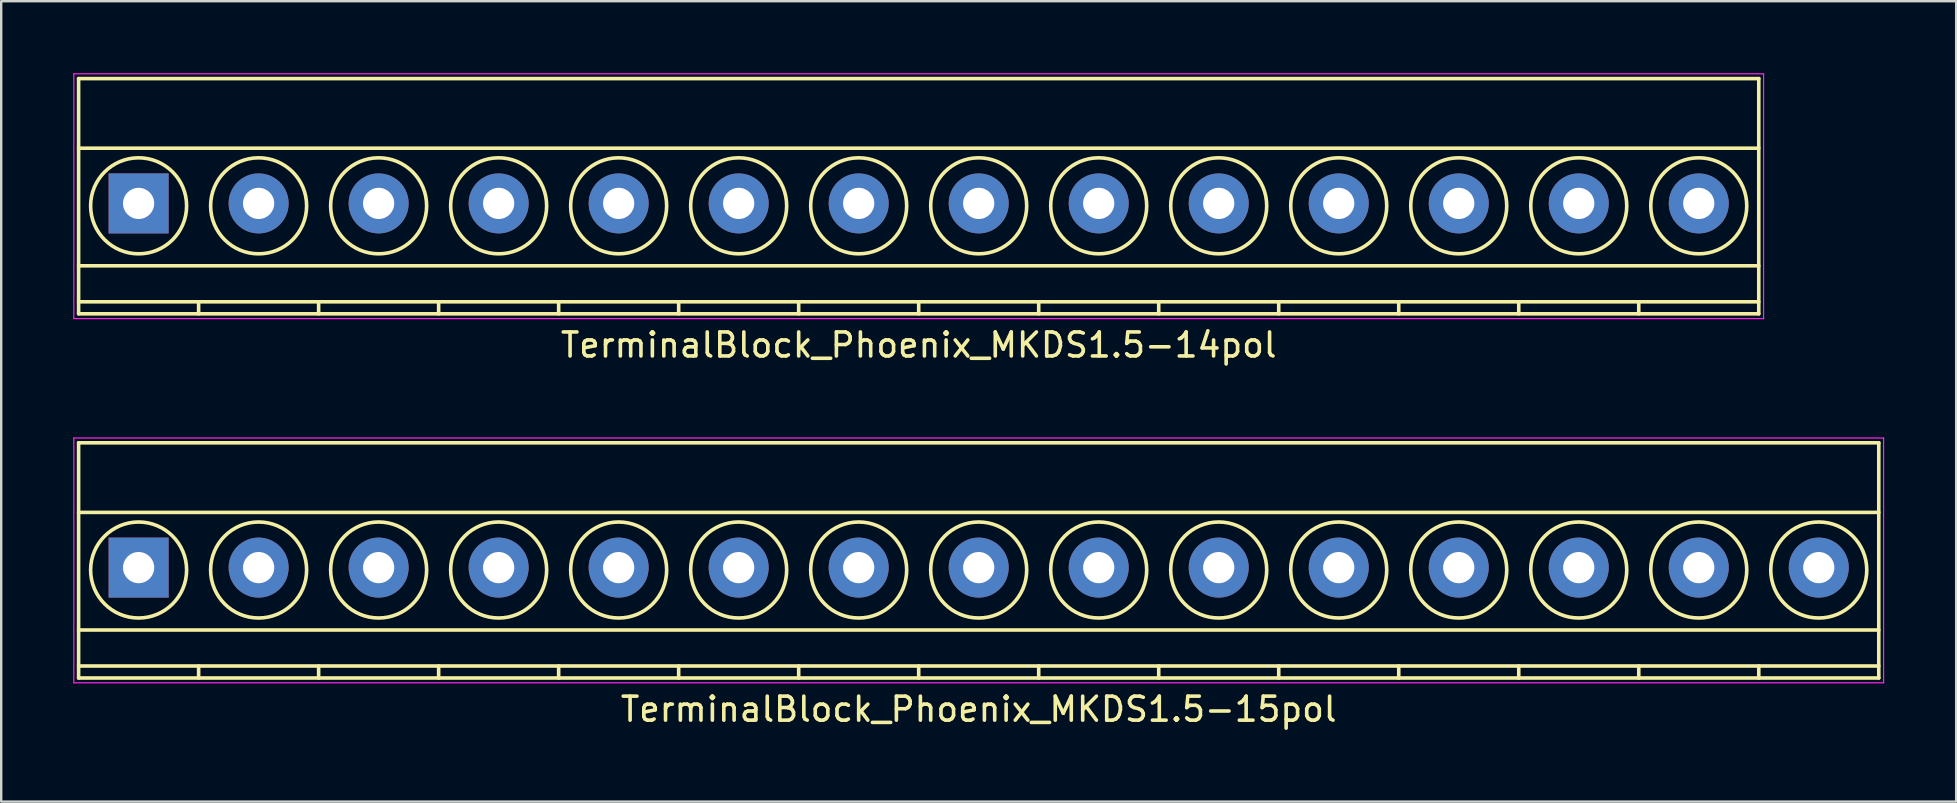
<source format=kicad_pcb>
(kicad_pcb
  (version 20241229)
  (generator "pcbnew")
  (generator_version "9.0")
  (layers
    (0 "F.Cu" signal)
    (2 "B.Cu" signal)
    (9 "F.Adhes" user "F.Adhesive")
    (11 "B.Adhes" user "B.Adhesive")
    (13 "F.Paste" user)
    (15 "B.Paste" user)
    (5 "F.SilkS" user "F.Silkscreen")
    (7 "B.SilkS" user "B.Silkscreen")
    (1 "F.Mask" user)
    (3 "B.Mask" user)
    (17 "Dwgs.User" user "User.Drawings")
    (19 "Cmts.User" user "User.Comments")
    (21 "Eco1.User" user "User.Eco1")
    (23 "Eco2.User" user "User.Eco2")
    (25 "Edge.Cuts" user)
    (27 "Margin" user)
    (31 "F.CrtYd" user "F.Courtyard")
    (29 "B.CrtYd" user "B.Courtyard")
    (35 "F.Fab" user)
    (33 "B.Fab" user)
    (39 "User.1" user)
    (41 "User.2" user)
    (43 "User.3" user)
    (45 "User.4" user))
  (footprint "TerminalBlock_Phoenix_MKDS1.5-14pol"
    (layer "F.Cu")
    (at 2.725 5.425)
    (property "Reference" "TerminalBlock_Phoenix_MKDS1.5-14pol" (at 32.5 5.9 0) (layer "F.SilkS") (effects (font (size 1 1) (thickness 0.15))))
    (attr through_hole)
    (fp_line (start -2.5 -5.2) (end -2.5 4.6) (stroke (width 0.15) (type solid)) (layer "F.SilkS"))
    (fp_line (start -2.5 -2.3) (end 67.5 -2.3) (stroke (width 0.15) (type solid)) (layer "F.SilkS"))
    (fp_line (start -2.5 2.6) (end 67.5 2.6) (stroke (width 0.15) (type solid)) (layer "F.SilkS"))
    (fp_line (start -2.5 4.1) (end 67.5 4.1) (stroke (width 0.15) (type solid)) (layer "F.SilkS"))
    (fp_line (start -2.5 4.6) (end 67.5 4.6) (stroke (width 0.15) (type solid)) (layer "F.SilkS"))
    (fp_line (start 2.5 4.1) (end 2.5 4.6) (stroke (width 0.15) (type solid)) (layer "F.SilkS"))
    (fp_line (start 7.5 4.1) (end 7.5 4.6) (stroke (width 0.15) (type solid)) (layer "F.SilkS"))
    (fp_line (start 12.5 4.1) (end 12.5 4.6) (stroke (width 0.15) (type solid)) (layer "F.SilkS"))
    (fp_line (start 17.5 4.1) (end 17.5 4.6) (stroke (width 0.15) (type solid)) (layer "F.SilkS"))
    (fp_line (start 22.5 4.1) (end 22.5 4.6) (stroke (width 0.15) (type solid)) (layer "F.SilkS"))
    (fp_line (start 27.5 4.1) (end 27.5 4.6) (stroke (width 0.15) (type solid)) (layer "F.SilkS"))
    (fp_line (start 32.5 4.1) (end 32.5 4.6) (stroke (width 0.15) (type solid)) (layer "F.SilkS"))
    (fp_line (start 37.5 4.1) (end 37.5 4.6) (stroke (width 0.15) (type solid)) (layer "F.SilkS"))
    (fp_line (start 42.5 4.1) (end 42.5 4.6) (stroke (width 0.15) (type solid)) (layer "F.SilkS"))
    (fp_line (start 47.5 4.1) (end 47.5 4.6) (stroke (width 0.15) (type solid)) (layer "F.SilkS"))
    (fp_line (start 52.5 4.1) (end 52.5 4.6) (stroke (width 0.15) (type solid)) (layer "F.SilkS"))
    (fp_line (start 57.5 4.1) (end 57.5 4.6) (stroke (width 0.15) (type solid)) (layer "F.SilkS"))
    (fp_line (start 62.5 4.1) (end 62.5 4.6) (stroke (width 0.15) (type solid)) (layer "F.SilkS"))
    (fp_line (start 67.5 -5.2) (end -2.5 -5.2) (stroke (width 0.15) (type solid)) (layer "F.SilkS"))
    (fp_line (start 67.5 4.6) (end 67.5 -5.2) (stroke (width 0.15) (type solid)) (layer "F.SilkS"))
    (fp_circle (center 0 0.1) (end 2 0.1) (stroke (width 0.15) (type solid)) (fill no) (layer "F.SilkS"))
    (fp_circle (center 5 0.1) (end 3 0.1) (stroke (width 0.15) (type solid)) (fill no) (layer "F.SilkS"))
    (fp_circle (center 10 0.1) (end 8 0.1) (stroke (width 0.15) (type solid)) (fill no) (layer "F.SilkS"))
    (fp_circle (center 15 0.1) (end 13 0.1) (stroke (width 0.15) (type solid)) (fill no) (layer "F.SilkS"))
    (fp_circle (center 20 0.1) (end 18 0.1) (stroke (width 0.15) (type solid)) (fill no) (layer "F.SilkS"))
    (fp_circle (center 25 0.1) (end 23 0.1) (stroke (width 0.15) (type solid)) (fill no) (layer "F.SilkS"))
    (fp_circle (center 30 0.1) (end 28 0.1) (stroke (width 0.15) (type solid)) (fill no) (layer "F.SilkS"))
    (fp_circle (center 35 0.1) (end 33 0.1) (stroke (width 0.15) (type solid)) (fill no) (layer "F.SilkS"))
    (fp_circle (center 40 0.1) (end 38 0.1) (stroke (width 0.15) (type solid)) (fill no) (layer "F.SilkS"))
    (fp_circle (center 45 0.1) (end 43 0.1) (stroke (width 0.15) (type solid)) (fill no) (layer "F.SilkS"))
    (fp_circle (center 50 0.1) (end 48 0.1) (stroke (width 0.15) (type solid)) (fill no) (layer "F.SilkS"))
    (fp_circle (center 55 0.1) (end 53 0.1) (stroke (width 0.15) (type solid)) (fill no) (layer "F.SilkS"))
    (fp_circle (center 60 0.1) (end 58 0.1) (stroke (width 0.15) (type solid)) (fill no) (layer "F.SilkS"))
    (fp_circle (center 65 0.1) (end 63 0.1) (stroke (width 0.15) (type solid)) (fill no) (layer "F.SilkS"))
    (fp_line (start -2.7 -5.4) (end 67.7 -5.4) (stroke (width 0.05) (type solid)) (layer "F.CrtYd"))
    (fp_line (start -2.7 4.8) (end -2.7 -5.4) (stroke (width 0.05) (type solid)) (layer "F.CrtYd"))
    (fp_line (start 67.7 -5.4) (end 67.7 4.8) (stroke (width 0.05) (type solid)) (layer "F.CrtYd"))
    (fp_line (start 67.7 4.8) (end -2.7 4.8) (stroke (width 0.05) (type solid)) (layer "F.CrtYd"))
    (pad "1" thru_hole rect (at 0 0) (size 2.5 2.5) (drill 1.3) (layers "*.Cu" "*.Mask"))
    (pad "2" thru_hole circle (at 5 0) (size 2.5 2.5) (drill 1.3) (layers "*.Cu" "*.Mask"))
    (pad "3" thru_hole circle (at 10 0) (size 2.5 2.5) (drill 1.3) (layers "*.Cu" "*.Mask"))
    (pad "4" thru_hole circle (at 15 0) (size 2.5 2.5) (drill 1.3) (layers "*.Cu" "*.Mask"))
    (pad "5" thru_hole circle (at 20 0) (size 2.5 2.5) (drill 1.3) (layers "*.Cu" "*.Mask"))
    (pad "6" thru_hole circle (at 25 0) (size 2.5 2.5) (drill 1.3) (layers "*.Cu" "*.Mask"))
    (pad "7" thru_hole circle (at 30 0) (size 2.5 2.5) (drill 1.3) (layers "*.Cu" "*.Mask"))
    (pad "8" thru_hole circle (at 35 0) (size 2.5 2.5) (drill 1.3) (layers "*.Cu" "*.Mask"))
    (pad "9" thru_hole circle (at 40 0) (size 2.5 2.5) (drill 1.3) (layers "*.Cu" "*.Mask"))
    (pad "10" thru_hole circle (at 45 0) (size 2.5 2.5) (drill 1.3) (layers "*.Cu" "*.Mask"))
    (pad "11" thru_hole circle (at 50 0) (size 2.5 2.5) (drill 1.3) (layers "*.Cu" "*.Mask"))
    (pad "12" thru_hole circle (at 55 0) (size 2.5 2.5) (drill 1.3) (layers "*.Cu" "*.Mask"))
    (pad "13" thru_hole circle (at 60 0) (size 2.5 2.5) (drill 1.3) (layers "*.Cu" "*.Mask"))
    (pad "14" thru_hole circle (at 65 0) (size 2.5 2.5) (drill 1.3) (layers "*.Cu" "*.Mask")))
  (footprint "TerminalBlock_Phoenix_MKDS1.5-15pol"
    (layer "F.Cu")
    (at 2.725 20.598)
    (property "Reference" "TerminalBlock_Phoenix_MKDS1.5-15pol" (at 35 5.9 0) (layer "F.SilkS") (effects (font (size 1 1) (thickness 0.15))))
    (attr through_hole)
    (fp_line (start -2.5 -5.2) (end -2.5 4.6) (stroke (width 0.15) (type solid)) (layer "F.SilkS"))
    (fp_line (start -2.5 -2.3) (end 72.5 -2.3) (stroke (width 0.15) (type solid)) (layer "F.SilkS"))
    (fp_line (start -2.5 2.6) (end 72.5 2.6) (stroke (width 0.15) (type solid)) (layer "F.SilkS"))
    (fp_line (start -2.5 4.1) (end 72.5 4.1) (stroke (width 0.15) (type solid)) (layer "F.SilkS"))
    (fp_line (start -2.5 4.6) (end 72.5 4.6) (stroke (width 0.15) (type solid)) (layer "F.SilkS"))
    (fp_line (start 2.5 4.1) (end 2.5 4.6) (stroke (width 0.15) (type solid)) (layer "F.SilkS"))
    (fp_line (start 7.5 4.1) (end 7.5 4.6) (stroke (width 0.15) (type solid)) (layer "F.SilkS"))
    (fp_line (start 12.5 4.1) (end 12.5 4.6) (stroke (width 0.15) (type solid)) (layer "F.SilkS"))
    (fp_line (start 17.5 4.1) (end 17.5 4.6) (stroke (width 0.15) (type solid)) (layer "F.SilkS"))
    (fp_line (start 22.5 4.1) (end 22.5 4.6) (stroke (width 0.15) (type solid)) (layer "F.SilkS"))
    (fp_line (start 27.5 4.1) (end 27.5 4.6) (stroke (width 0.15) (type solid)) (layer "F.SilkS"))
    (fp_line (start 32.5 4.1) (end 32.5 4.6) (stroke (width 0.15) (type solid)) (layer "F.SilkS"))
    (fp_line (start 37.5 4.1) (end 37.5 4.6) (stroke (width 0.15) (type solid)) (layer "F.SilkS"))
    (fp_line (start 42.5 4.1) (end 42.5 4.6) (stroke (width 0.15) (type solid)) (layer "F.SilkS"))
    (fp_line (start 47.5 4.1) (end 47.5 4.6) (stroke (width 0.15) (type solid)) (layer "F.SilkS"))
    (fp_line (start 52.5 4.1) (end 52.5 4.6) (stroke (width 0.15) (type solid)) (layer "F.SilkS"))
    (fp_line (start 57.5 4.1) (end 57.5 4.6) (stroke (width 0.15) (type solid)) (layer "F.SilkS"))
    (fp_line (start 62.5 4.1) (end 62.5 4.6) (stroke (width 0.15) (type solid)) (layer "F.SilkS"))
    (fp_line (start 67.5 4.1) (end 67.5 4.6) (stroke (width 0.15) (type solid)) (layer "F.SilkS"))
    (fp_line (start 72.5 -5.2) (end -2.5 -5.2) (stroke (width 0.15) (type solid)) (layer "F.SilkS"))
    (fp_line (start 72.5 4.6) (end 72.5 -5.2) (stroke (width 0.15) (type solid)) (layer "F.SilkS"))
    (fp_circle (center 0 0.1) (end 2 0.1) (stroke (width 0.15) (type solid)) (fill no) (layer "F.SilkS"))
    (fp_circle (center 5 0.1) (end 3 0.1) (stroke (width 0.15) (type solid)) (fill no) (layer "F.SilkS"))
    (fp_circle (center 10 0.1) (end 8 0.1) (stroke (width 0.15) (type solid)) (fill no) (layer "F.SilkS"))
    (fp_circle (center 15 0.1) (end 13 0.1) (stroke (width 0.15) (type solid)) (fill no) (layer "F.SilkS"))
    (fp_circle (center 20 0.1) (end 18 0.1) (stroke (width 0.15) (type solid)) (fill no) (layer "F.SilkS"))
    (fp_circle (center 25 0.1) (end 23 0.1) (stroke (width 0.15) (type solid)) (fill no) (layer "F.SilkS"))
    (fp_circle (center 30 0.1) (end 28 0.1) (stroke (width 0.15) (type solid)) (fill no) (layer "F.SilkS"))
    (fp_circle (center 35 0.1) (end 33 0.1) (stroke (width 0.15) (type solid)) (fill no) (layer "F.SilkS"))
    (fp_circle (center 40 0.1) (end 38 0.1) (stroke (width 0.15) (type solid)) (fill no) (layer "F.SilkS"))
    (fp_circle (center 45 0.1) (end 43 0.1) (stroke (width 0.15) (type solid)) (fill no) (layer "F.SilkS"))
    (fp_circle (center 50 0.1) (end 48 0.1) (stroke (width 0.15) (type solid)) (fill no) (layer "F.SilkS"))
    (fp_circle (center 55 0.1) (end 53 0.1) (stroke (width 0.15) (type solid)) (fill no) (layer "F.SilkS"))
    (fp_circle (center 60 0.1) (end 58 0.1) (stroke (width 0.15) (type solid)) (fill no) (layer "F.SilkS"))
    (fp_circle (center 65 0.1) (end 63 0.1) (stroke (width 0.15) (type solid)) (fill no) (layer "F.SilkS"))
    (fp_circle (center 70 0.1) (end 68 0.1) (stroke (width 0.15) (type solid)) (fill no) (layer "F.SilkS"))
    (fp_line (start -2.7 -5.4) (end 72.7 -5.4) (stroke (width 0.05) (type solid)) (layer "F.CrtYd"))
    (fp_line (start -2.7 4.8) (end -2.7 -5.4) (stroke (width 0.05) (type solid)) (layer "F.CrtYd"))
    (fp_line (start 72.7 -5.4) (end 72.7 4.8) (stroke (width 0.05) (type solid)) (layer "F.CrtYd"))
    (fp_line (start 72.7 4.8) (end -2.7 4.8) (stroke (width 0.05) (type solid)) (layer "F.CrtYd"))
    (pad "1" thru_hole rect (at 0 0) (size 2.5 2.5) (drill 1.3) (layers "*.Cu" "*.Mask"))
    (pad "2" thru_hole circle (at 5 0) (size 2.5 2.5) (drill 1.3) (layers "*.Cu" "*.Mask"))
    (pad "3" thru_hole circle (at 10 0) (size 2.5 2.5) (drill 1.3) (layers "*.Cu" "*.Mask"))
    (pad "4" thru_hole circle (at 15 0) (size 2.5 2.5) (drill 1.3) (layers "*.Cu" "*.Mask"))
    (pad "5" thru_hole circle (at 20 0) (size 2.5 2.5) (drill 1.3) (layers "*.Cu" "*.Mask"))
    (pad "6" thru_hole circle (at 25 0) (size 2.5 2.5) (drill 1.3) (layers "*.Cu" "*.Mask"))
    (pad "7" thru_hole circle (at 30 0) (size 2.5 2.5) (drill 1.3) (layers "*.Cu" "*.Mask"))
    (pad "8" thru_hole circle (at 35 0) (size 2.5 2.5) (drill 1.3) (layers "*.Cu" "*.Mask"))
    (pad "9" thru_hole circle (at 40 0) (size 2.5 2.5) (drill 1.3) (layers "*.Cu" "*.Mask"))
    (pad "10" thru_hole circle (at 45 0) (size 2.5 2.5) (drill 1.3) (layers "*.Cu" "*.Mask"))
    (pad "11" thru_hole circle (at 50 0) (size 2.5 2.5) (drill 1.3) (layers "*.Cu" "*.Mask"))
    (pad "12" thru_hole circle (at 55 0) (size 2.5 2.5) (drill 1.3) (layers "*.Cu" "*.Mask"))
    (pad "13" thru_hole circle (at 60 0) (size 2.5 2.5) (drill 1.3) (layers "*.Cu" "*.Mask"))
    (pad "14" thru_hole circle (at 65 0) (size 2.5 2.5) (drill 1.3) (layers "*.Cu" "*.Mask"))
    (pad "15" thru_hole circle (at 70 0) (size 2.5 2.5) (drill 1.3) (layers "*.Cu" "*.Mask")))
  (gr_rect
    (start -3 -3)
    (end 78.45 30.346)
    (stroke (width 0.1) (type default))
    (fill no)
    (layer "Edge.Cuts")))
</source>
